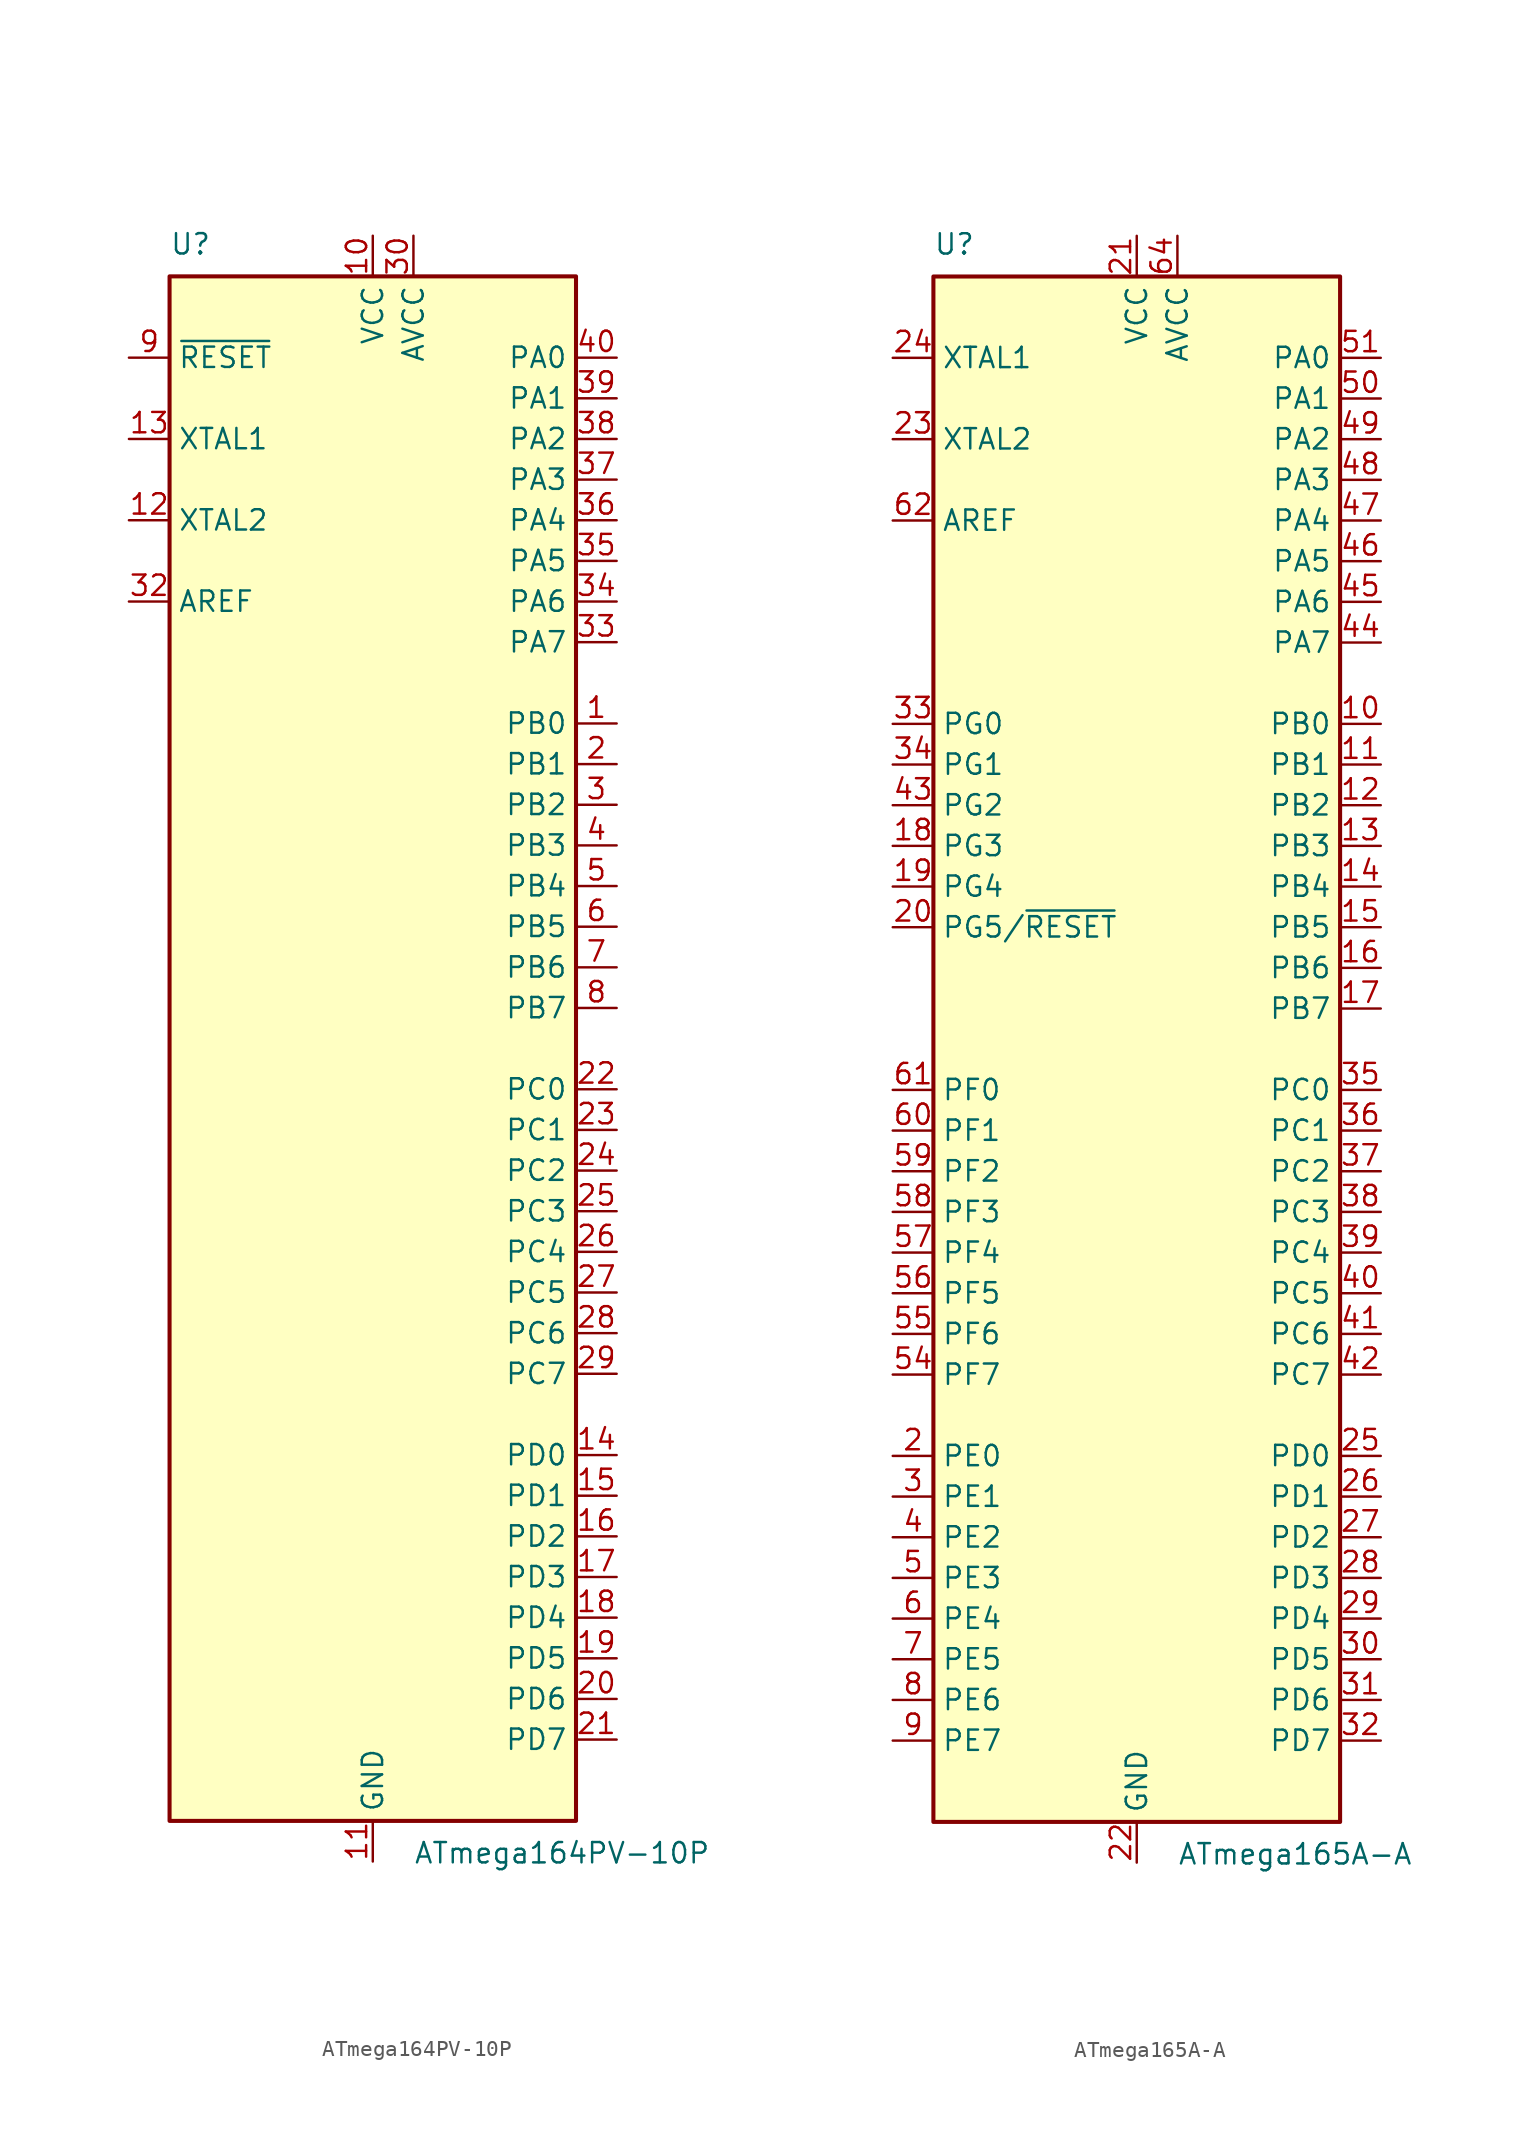
<source format=kicad_sym>
(kicad_symbol_lib
  (version 20201005)
  (generator kicad_symbol_editor)
  (symbol "ATmega164PV-10P"
    (property "Reference" "U"
      (at -12.7 49.53 0)
      (effects (font (size 1.27 1.27)) (justify left bottom)))
    (property "Value" "ATmega164PV-10P"
      (at 2.54 -49.53 0)
      (effects (font (size 1.27 1.27)) (justify left top)))
    (symbol "ATmega164PV-10P_0_1"
      (rectangle (start -12.7 -48.26) (end 12.7 48.26) (stroke (width 0.254)) (fill (type background))))
    (symbol "ATmega164PV-10P_1_1"
      (pin bidirectional line (at 15.24 20.32 180) (length 2.54) (name "PB0" (effects (font (size 1.27 1.27)))) (number "1" (effects (font (size 1.27 1.27)))))
      (pin power_in line (at 0 50.8 270) (length 2.54) (name "VCC" (effects (font (size 1.27 1.27)))) (number "10" (effects (font (size 1.27 1.27)))))
      (pin power_in line (at 0 -50.8 90) (length 2.54) (name "GND" (effects (font (size 1.27 1.27)))) (number "11" (effects (font (size 1.27 1.27)))))
      (pin output line (at -15.24 33.02 0) (length 2.54) (name "XTAL2" (effects (font (size 1.27 1.27)))) (number "12" (effects (font (size 1.27 1.27)))))
      (pin input line (at -15.24 38.1 0) (length 2.54) (name "XTAL1" (effects (font (size 1.27 1.27)))) (number "13" (effects (font (size 1.27 1.27)))))
      (pin bidirectional line (at 15.24 -25.4 180) (length 2.54) (name "PD0" (effects (font (size 1.27 1.27)))) (number "14" (effects (font (size 1.27 1.27)))))
      (pin bidirectional line (at 15.24 -27.94 180) (length 2.54) (name "PD1" (effects (font (size 1.27 1.27)))) (number "15" (effects (font (size 1.27 1.27)))))
      (pin bidirectional line (at 15.24 -30.48 180) (length 2.54) (name "PD2" (effects (font (size 1.27 1.27)))) (number "16" (effects (font (size 1.27 1.27)))))
      (pin bidirectional line (at 15.24 -33.02 180) (length 2.54) (name "PD3" (effects (font (size 1.27 1.27)))) (number "17" (effects (font (size 1.27 1.27)))))
      (pin bidirectional line (at 15.24 -35.56 180) (length 2.54) (name "PD4" (effects (font (size 1.27 1.27)))) (number "18" (effects (font (size 1.27 1.27)))))
      (pin bidirectional line (at 15.24 -38.1 180) (length 2.54) (name "PD5" (effects (font (size 1.27 1.27)))) (number "19" (effects (font (size 1.27 1.27)))))
      (pin bidirectional line (at 15.24 17.78 180) (length 2.54) (name "PB1" (effects (font (size 1.27 1.27)))) (number "2" (effects (font (size 1.27 1.27)))))
      (pin bidirectional line (at 15.24 -40.64 180) (length 2.54) (name "PD6" (effects (font (size 1.27 1.27)))) (number "20" (effects (font (size 1.27 1.27)))))
      (pin bidirectional line (at 15.24 -43.18 180) (length 2.54) (name "PD7" (effects (font (size 1.27 1.27)))) (number "21" (effects (font (size 1.27 1.27)))))
      (pin bidirectional line (at 15.24 -2.54 180) (length 2.54) (name "PC0" (effects (font (size 1.27 1.27)))) (number "22" (effects (font (size 1.27 1.27)))))
      (pin bidirectional line (at 15.24 -5.08 180) (length 2.54) (name "PC1" (effects (font (size 1.27 1.27)))) (number "23" (effects (font (size 1.27 1.27)))))
      (pin bidirectional line (at 15.24 -7.62 180) (length 2.54) (name "PC2" (effects (font (size 1.27 1.27)))) (number "24" (effects (font (size 1.27 1.27)))))
      (pin bidirectional line (at 15.24 -10.16 180) (length 2.54) (name "PC3" (effects (font (size 1.27 1.27)))) (number "25" (effects (font (size 1.27 1.27)))))
      (pin bidirectional line (at 15.24 -12.7 180) (length 2.54) (name "PC4" (effects (font (size 1.27 1.27)))) (number "26" (effects (font (size 1.27 1.27)))))
      (pin bidirectional line (at 15.24 -15.24 180) (length 2.54) (name "PC5" (effects (font (size 1.27 1.27)))) (number "27" (effects (font (size 1.27 1.27)))))
      (pin bidirectional line (at 15.24 -17.78 180) (length 2.54) (name "PC6" (effects (font (size 1.27 1.27)))) (number "28" (effects (font (size 1.27 1.27)))))
      (pin bidirectional line (at 15.24 -20.32 180) (length 2.54) (name "PC7" (effects (font (size 1.27 1.27)))) (number "29" (effects (font (size 1.27 1.27)))))
      (pin bidirectional line (at 15.24 15.24 180) (length 2.54) (name "PB2" (effects (font (size 1.27 1.27)))) (number "3" (effects (font (size 1.27 1.27)))))
      (pin power_in line (at 2.54 50.8 270) (length 2.54) (name "AVCC" (effects (font (size 1.27 1.27)))) (number "30" (effects (font (size 1.27 1.27)))))
      (pin passive line (at 0 -50.8 90) (length 2.54) hide (name "GND" (effects (font (size 1.27 1.27)))) (number "31" (effects (font (size 1.27 1.27)))))
      (pin passive line (at -15.24 27.94 0) (length 2.54) (name "AREF" (effects (font (size 1.27 1.27)))) (number "32" (effects (font (size 1.27 1.27)))))
      (pin bidirectional line (at 15.24 25.4 180) (length 2.54) (name "PA7" (effects (font (size 1.27 1.27)))) (number "33" (effects (font (size 1.27 1.27)))))
      (pin bidirectional line (at 15.24 27.94 180) (length 2.54) (name "PA6" (effects (font (size 1.27 1.27)))) (number "34" (effects (font (size 1.27 1.27)))))
      (pin bidirectional line (at 15.24 30.48 180) (length 2.54) (name "PA5" (effects (font (size 1.27 1.27)))) (number "35" (effects (font (size 1.27 1.27)))))
      (pin bidirectional line (at 15.24 33.02 180) (length 2.54) (name "PA4" (effects (font (size 1.27 1.27)))) (number "36" (effects (font (size 1.27 1.27)))))
      (pin bidirectional line (at 15.24 35.56 180) (length 2.54) (name "PA3" (effects (font (size 1.27 1.27)))) (number "37" (effects (font (size 1.27 1.27)))))
      (pin bidirectional line (at 15.24 38.1 180) (length 2.54) (name "PA2" (effects (font (size 1.27 1.27)))) (number "38" (effects (font (size 1.27 1.27)))))
      (pin bidirectional line (at 15.24 40.64 180) (length 2.54) (name "PA1" (effects (font (size 1.27 1.27)))) (number "39" (effects (font (size 1.27 1.27)))))
      (pin bidirectional line (at 15.24 12.7 180) (length 2.54) (name "PB3" (effects (font (size 1.27 1.27)))) (number "4" (effects (font (size 1.27 1.27)))))
      (pin bidirectional line (at 15.24 43.18 180) (length 2.54) (name "PA0" (effects (font (size 1.27 1.27)))) (number "40" (effects (font (size 1.27 1.27)))))
      (pin bidirectional line (at 15.24 10.16 180) (length 2.54) (name "PB4" (effects (font (size 1.27 1.27)))) (number "5" (effects (font (size 1.27 1.27)))))
      (pin bidirectional line (at 15.24 7.62 180) (length 2.54) (name "PB5" (effects (font (size 1.27 1.27)))) (number "6" (effects (font (size 1.27 1.27)))))
      (pin bidirectional line (at 15.24 5.08 180) (length 2.54) (name "PB6" (effects (font (size 1.27 1.27)))) (number "7" (effects (font (size 1.27 1.27)))))
      (pin bidirectional line (at 15.24 2.54 180) (length 2.54) (name "PB7" (effects (font (size 1.27 1.27)))) (number "8" (effects (font (size 1.27 1.27)))))
      (pin input line (at -15.24 43.18 0) (length 2.54) (name "~RESET" (effects (font (size 1.27 1.27)))) (number "9" (effects (font (size 1.27 1.27)))))))
  (symbol "ATmega165A-A"
    (property "Reference" "U"
      (at -12.7 49.53 0)
      (effects (font (size 1.27 1.27)) (justify left bottom)))
    (property "Value" "ATmega165A-A"
      (at 2.54 -49.53 0)
      (effects (font (size 1.27 1.27)) (justify left top)))
    (symbol "ATmega165A-A_0_1"
      (rectangle (start -12.7 -48.26) (end 12.7 48.26) (stroke (width 0.254)) (fill (type background))))
    (symbol "ATmega165A-A_1_1"
      (pin no_connect line (at -12.7 -45.72 0) (length 2.54) hide (name "NC" (effects (font (size 1.27 1.27)))) (number "1" (effects (font (size 1.27 1.27)))))
      (pin bidirectional line (at 15.24 20.32 180) (length 2.54) (name "PB0" (effects (font (size 1.27 1.27)))) (number "10" (effects (font (size 1.27 1.27)))))
      (pin bidirectional line (at 15.24 17.78 180) (length 2.54) (name "PB1" (effects (font (size 1.27 1.27)))) (number "11" (effects (font (size 1.27 1.27)))))
      (pin bidirectional line (at 15.24 15.24 180) (length 2.54) (name "PB2" (effects (font (size 1.27 1.27)))) (number "12" (effects (font (size 1.27 1.27)))))
      (pin bidirectional line (at 15.24 12.7 180) (length 2.54) (name "PB3" (effects (font (size 1.27 1.27)))) (number "13" (effects (font (size 1.27 1.27)))))
      (pin bidirectional line (at 15.24 10.16 180) (length 2.54) (name "PB4" (effects (font (size 1.27 1.27)))) (number "14" (effects (font (size 1.27 1.27)))))
      (pin bidirectional line (at 15.24 7.62 180) (length 2.54) (name "PB5" (effects (font (size 1.27 1.27)))) (number "15" (effects (font (size 1.27 1.27)))))
      (pin bidirectional line (at 15.24 5.08 180) (length 2.54) (name "PB6" (effects (font (size 1.27 1.27)))) (number "16" (effects (font (size 1.27 1.27)))))
      (pin bidirectional line (at 15.24 2.54 180) (length 2.54) (name "PB7" (effects (font (size 1.27 1.27)))) (number "17" (effects (font (size 1.27 1.27)))))
      (pin bidirectional line (at -15.24 12.7 0) (length 2.54) (name "PG3" (effects (font (size 1.27 1.27)))) (number "18" (effects (font (size 1.27 1.27)))))
      (pin bidirectional line (at -15.24 10.16 0) (length 2.54) (name "PG4" (effects (font (size 1.27 1.27)))) (number "19" (effects (font (size 1.27 1.27)))))
      (pin bidirectional line (at -15.24 -25.4 0) (length 2.54) (name "PE0" (effects (font (size 1.27 1.27)))) (number "2" (effects (font (size 1.27 1.27)))))
      (pin bidirectional line (at -15.24 7.62 0) (length 2.54) (name "PG5/~RESET" (effects (font (size 1.27 1.27)))) (number "20" (effects (font (size 1.27 1.27)))))
      (pin power_in line (at 0 50.8 270) (length 2.54) (name "VCC" (effects (font (size 1.27 1.27)))) (number "21" (effects (font (size 1.27 1.27)))))
      (pin power_in line (at 0 -50.8 90) (length 2.54) (name "GND" (effects (font (size 1.27 1.27)))) (number "22" (effects (font (size 1.27 1.27)))))
      (pin output line (at -15.24 38.1 0) (length 2.54) (name "XTAL2" (effects (font (size 1.27 1.27)))) (number "23" (effects (font (size 1.27 1.27)))))
      (pin input line (at -15.24 43.18 0) (length 2.54) (name "XTAL1" (effects (font (size 1.27 1.27)))) (number "24" (effects (font (size 1.27 1.27)))))
      (pin bidirectional line (at 15.24 -25.4 180) (length 2.54) (name "PD0" (effects (font (size 1.27 1.27)))) (number "25" (effects (font (size 1.27 1.27)))))
      (pin bidirectional line (at 15.24 -27.94 180) (length 2.54) (name "PD1" (effects (font (size 1.27 1.27)))) (number "26" (effects (font (size 1.27 1.27)))))
      (pin bidirectional line (at 15.24 -30.48 180) (length 2.54) (name "PD2" (effects (font (size 1.27 1.27)))) (number "27" (effects (font (size 1.27 1.27)))))
      (pin bidirectional line (at 15.24 -33.02 180) (length 2.54) (name "PD3" (effects (font (size 1.27 1.27)))) (number "28" (effects (font (size 1.27 1.27)))))
      (pin bidirectional line (at 15.24 -35.56 180) (length 2.54) (name "PD4" (effects (font (size 1.27 1.27)))) (number "29" (effects (font (size 1.27 1.27)))))
      (pin bidirectional line (at -15.24 -27.94 0) (length 2.54) (name "PE1" (effects (font (size 1.27 1.27)))) (number "3" (effects (font (size 1.27 1.27)))))
      (pin bidirectional line (at 15.24 -38.1 180) (length 2.54) (name "PD5" (effects (font (size 1.27 1.27)))) (number "30" (effects (font (size 1.27 1.27)))))
      (pin bidirectional line (at 15.24 -40.64 180) (length 2.54) (name "PD6" (effects (font (size 1.27 1.27)))) (number "31" (effects (font (size 1.27 1.27)))))
      (pin bidirectional line (at 15.24 -43.18 180) (length 2.54) (name "PD7" (effects (font (size 1.27 1.27)))) (number "32" (effects (font (size 1.27 1.27)))))
      (pin bidirectional line (at -15.24 20.32 0) (length 2.54) (name "PG0" (effects (font (size 1.27 1.27)))) (number "33" (effects (font (size 1.27 1.27)))))
      (pin bidirectional line (at -15.24 17.78 0) (length 2.54) (name "PG1" (effects (font (size 1.27 1.27)))) (number "34" (effects (font (size 1.27 1.27)))))
      (pin bidirectional line (at 15.24 -2.54 180) (length 2.54) (name "PC0" (effects (font (size 1.27 1.27)))) (number "35" (effects (font (size 1.27 1.27)))))
      (pin bidirectional line (at 15.24 -5.08 180) (length 2.54) (name "PC1" (effects (font (size 1.27 1.27)))) (number "36" (effects (font (size 1.27 1.27)))))
      (pin bidirectional line (at 15.24 -7.62 180) (length 2.54) (name "PC2" (effects (font (size 1.27 1.27)))) (number "37" (effects (font (size 1.27 1.27)))))
      (pin bidirectional line (at 15.24 -10.16 180) (length 2.54) (name "PC3" (effects (font (size 1.27 1.27)))) (number "38" (effects (font (size 1.27 1.27)))))
      (pin bidirectional line (at 15.24 -12.7 180) (length 2.54) (name "PC4" (effects (font (size 1.27 1.27)))) (number "39" (effects (font (size 1.27 1.27)))))
      (pin bidirectional line (at -15.24 -30.48 0) (length 2.54) (name "PE2" (effects (font (size 1.27 1.27)))) (number "4" (effects (font (size 1.27 1.27)))))
      (pin bidirectional line (at 15.24 -15.24 180) (length 2.54) (name "PC5" (effects (font (size 1.27 1.27)))) (number "40" (effects (font (size 1.27 1.27)))))
      (pin bidirectional line (at 15.24 -17.78 180) (length 2.54) (name "PC6" (effects (font (size 1.27 1.27)))) (number "41" (effects (font (size 1.27 1.27)))))
      (pin bidirectional line (at 15.24 -20.32 180) (length 2.54) (name "PC7" (effects (font (size 1.27 1.27)))) (number "42" (effects (font (size 1.27 1.27)))))
      (pin bidirectional line (at -15.24 15.24 0) (length 2.54) (name "PG2" (effects (font (size 1.27 1.27)))) (number "43" (effects (font (size 1.27 1.27)))))
      (pin bidirectional line (at 15.24 25.4 180) (length 2.54) (name "PA7" (effects (font (size 1.27 1.27)))) (number "44" (effects (font (size 1.27 1.27)))))
      (pin bidirectional line (at 15.24 27.94 180) (length 2.54) (name "PA6" (effects (font (size 1.27 1.27)))) (number "45" (effects (font (size 1.27 1.27)))))
      (pin bidirectional line (at 15.24 30.48 180) (length 2.54) (name "PA5" (effects (font (size 1.27 1.27)))) (number "46" (effects (font (size 1.27 1.27)))))
      (pin bidirectional line (at 15.24 33.02 180) (length 2.54) (name "PA4" (effects (font (size 1.27 1.27)))) (number "47" (effects (font (size 1.27 1.27)))))
      (pin bidirectional line (at 15.24 35.56 180) (length 2.54) (name "PA3" (effects (font (size 1.27 1.27)))) (number "48" (effects (font (size 1.27 1.27)))))
      (pin bidirectional line (at 15.24 38.1 180) (length 2.54) (name "PA2" (effects (font (size 1.27 1.27)))) (number "49" (effects (font (size 1.27 1.27)))))
      (pin bidirectional line (at -15.24 -33.02 0) (length 2.54) (name "PE3" (effects (font (size 1.27 1.27)))) (number "5" (effects (font (size 1.27 1.27)))))
      (pin bidirectional line (at 15.24 40.64 180) (length 2.54) (name "PA1" (effects (font (size 1.27 1.27)))) (number "50" (effects (font (size 1.27 1.27)))))
      (pin bidirectional line (at 15.24 43.18 180) (length 2.54) (name "PA0" (effects (font (size 1.27 1.27)))) (number "51" (effects (font (size 1.27 1.27)))))
      (pin passive line (at 0 50.8 270) (length 2.54) hide (name "VCC" (effects (font (size 1.27 1.27)))) (number "52" (effects (font (size 1.27 1.27)))))
      (pin passive line (at 0 -50.8 90) (length 2.54) hide (name "GND" (effects (font (size 1.27 1.27)))) (number "53" (effects (font (size 1.27 1.27)))))
      (pin bidirectional line (at -15.24 -20.32 0) (length 2.54) (name "PF7" (effects (font (size 1.27 1.27)))) (number "54" (effects (font (size 1.27 1.27)))))
      (pin bidirectional line (at -15.24 -17.78 0) (length 2.54) (name "PF6" (effects (font (size 1.27 1.27)))) (number "55" (effects (font (size 1.27 1.27)))))
      (pin bidirectional line (at -15.24 -15.24 0) (length 2.54) (name "PF5" (effects (font (size 1.27 1.27)))) (number "56" (effects (font (size 1.27 1.27)))))
      (pin bidirectional line (at -15.24 -12.7 0) (length 2.54) (name "PF4" (effects (font (size 1.27 1.27)))) (number "57" (effects (font (size 1.27 1.27)))))
      (pin bidirectional line (at -15.24 -10.16 0) (length 2.54) (name "PF3" (effects (font (size 1.27 1.27)))) (number "58" (effects (font (size 1.27 1.27)))))
      (pin bidirectional line (at -15.24 -7.62 0) (length 2.54) (name "PF2" (effects (font (size 1.27 1.27)))) (number "59" (effects (font (size 1.27 1.27)))))
      (pin bidirectional line (at -15.24 -35.56 0) (length 2.54) (name "PE4" (effects (font (size 1.27 1.27)))) (number "6" (effects (font (size 1.27 1.27)))))
      (pin bidirectional line (at -15.24 -5.08 0) (length 2.54) (name "PF1" (effects (font (size 1.27 1.27)))) (number "60" (effects (font (size 1.27 1.27)))))
      (pin bidirectional line (at -15.24 -2.54 0) (length 2.54) (name "PF0" (effects (font (size 1.27 1.27)))) (number "61" (effects (font (size 1.27 1.27)))))
      (pin passive line (at -15.24 33.02 0) (length 2.54) (name "AREF" (effects (font (size 1.27 1.27)))) (number "62" (effects (font (size 1.27 1.27)))))
      (pin passive line (at 0 -50.8 90) (length 2.54) hide (name "GND" (effects (font (size 1.27 1.27)))) (number "63" (effects (font (size 1.27 1.27)))))
      (pin power_in line (at 2.54 50.8 270) (length 2.54) (name "AVCC" (effects (font (size 1.27 1.27)))) (number "64" (effects (font (size 1.27 1.27)))))
      (pin bidirectional line (at -15.24 -38.1 0) (length 2.54) (name "PE5" (effects (font (size 1.27 1.27)))) (number "7" (effects (font (size 1.27 1.27)))))
      (pin bidirectional line (at -15.24 -40.64 0) (length 2.54) (name "PE6" (effects (font (size 1.27 1.27)))) (number "8" (effects (font (size 1.27 1.27)))))
      (pin bidirectional line (at -15.24 -43.18 0) (length 2.54) (name "PE7" (effects (font (size 1.27 1.27)))) (number "9" (effects (font (size 1.27 1.27))))))))
</source>
